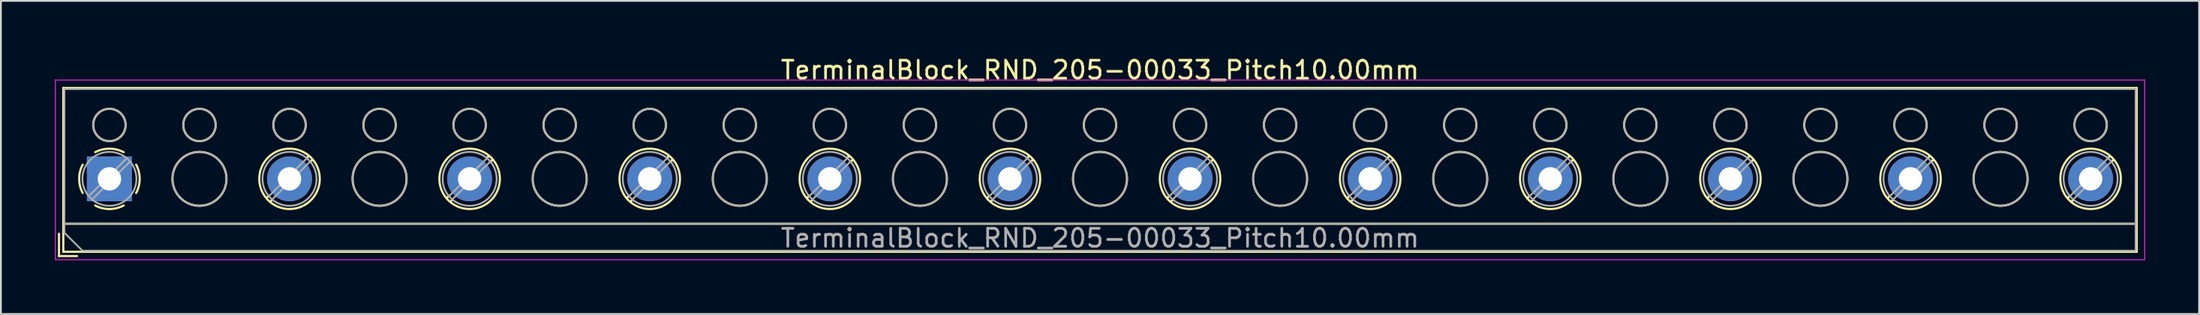
<source format=kicad_pcb>
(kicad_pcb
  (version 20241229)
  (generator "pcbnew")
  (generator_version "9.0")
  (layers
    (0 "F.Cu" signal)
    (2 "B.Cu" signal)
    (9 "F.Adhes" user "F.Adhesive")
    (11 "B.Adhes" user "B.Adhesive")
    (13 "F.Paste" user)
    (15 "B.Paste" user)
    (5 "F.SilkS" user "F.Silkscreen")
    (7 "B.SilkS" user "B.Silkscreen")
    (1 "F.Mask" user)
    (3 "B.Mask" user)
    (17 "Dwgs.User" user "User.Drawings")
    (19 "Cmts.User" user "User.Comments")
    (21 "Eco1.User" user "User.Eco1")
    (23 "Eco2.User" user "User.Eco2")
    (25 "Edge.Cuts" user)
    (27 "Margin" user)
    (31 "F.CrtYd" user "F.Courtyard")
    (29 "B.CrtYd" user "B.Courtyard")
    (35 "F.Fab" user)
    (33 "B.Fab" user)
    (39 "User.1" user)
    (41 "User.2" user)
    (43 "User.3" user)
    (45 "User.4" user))
  (footprint "TerminalBlock_RND_205-00033_Pitch10.00mm"
    (layer "F.Cu")
    (at 3.025 6.908)
    (property "Reference" "TerminalBlock_RND_205-00033_Pitch10.00mm" (at 55 -6.06 0) (layer "F.SilkS") (effects (font (size 1 1) (thickness 0.15))))
    (attr through_hole)
    (fp_line (start -2.8 3.06) (end -2.8 4.3) (stroke (width 0.12) (type solid)) (layer "F.SilkS"))
    (fp_line (start -2.8 4.3) (end -1.8 4.3) (stroke (width 0.12) (type solid)) (layer "F.SilkS"))
    (fp_line (start -2.56 -5.06) (end -2.56 4.06) (stroke (width 0.12) (type solid)) (layer "F.SilkS"))
    (fp_line (start -2.56 2.5) (end 112.56 2.5) (stroke (width 0.12) (type solid)) (layer "F.SilkS"))
    (fp_line (start -2.56 4.06) (end 112.56 4.06) (stroke (width 0.12) (type solid)) (layer "F.SilkS"))
    (fp_line (start 8.867 0.929) (end 8.726 1.069) (stroke (width 0.12) (type solid)) (layer "F.SilkS"))
    (fp_line (start 9.037 1.169) (end 8.931 1.274) (stroke (width 0.12) (type solid)) (layer "F.SilkS"))
    (fp_line (start 11.07 -1.275) (end 10.964 -1.169) (stroke (width 0.12) (type solid)) (layer "F.SilkS"))
    (fp_line (start 11.275 -1.069) (end 11.134 -0.929) (stroke (width 0.12) (type solid)) (layer "F.SilkS"))
    (fp_line (start 18.867 0.929) (end 18.726 1.069) (stroke (width 0.12) (type solid)) (layer "F.SilkS"))
    (fp_line (start 19.037 1.169) (end 18.931 1.274) (stroke (width 0.12) (type solid)) (layer "F.SilkS"))
    (fp_line (start 21.07 -1.275) (end 20.964 -1.169) (stroke (width 0.12) (type solid)) (layer "F.SilkS"))
    (fp_line (start 21.275 -1.069) (end 21.134 -0.929) (stroke (width 0.12) (type solid)) (layer "F.SilkS"))
    (fp_line (start 28.867 0.929) (end 28.726 1.069) (stroke (width 0.12) (type solid)) (layer "F.SilkS"))
    (fp_line (start 29.037 1.169) (end 28.931 1.274) (stroke (width 0.12) (type solid)) (layer "F.SilkS"))
    (fp_line (start 31.07 -1.275) (end 30.964 -1.169) (stroke (width 0.12) (type solid)) (layer "F.SilkS"))
    (fp_line (start 31.275 -1.069) (end 31.134 -0.929) (stroke (width 0.12) (type solid)) (layer "F.SilkS"))
    (fp_line (start 38.867 0.929) (end 38.726 1.069) (stroke (width 0.12) (type solid)) (layer "F.SilkS"))
    (fp_line (start 39.037 1.169) (end 38.931 1.274) (stroke (width 0.12) (type solid)) (layer "F.SilkS"))
    (fp_line (start 41.07 -1.275) (end 40.964 -1.169) (stroke (width 0.12) (type solid)) (layer "F.SilkS"))
    (fp_line (start 41.275 -1.069) (end 41.134 -0.929) (stroke (width 0.12) (type solid)) (layer "F.SilkS"))
    (fp_line (start 48.867 0.929) (end 48.726 1.069) (stroke (width 0.12) (type solid)) (layer "F.SilkS"))
    (fp_line (start 49.037 1.169) (end 48.931 1.274) (stroke (width 0.12) (type solid)) (layer "F.SilkS"))
    (fp_line (start 51.07 -1.275) (end 50.964 -1.169) (stroke (width 0.12) (type solid)) (layer "F.SilkS"))
    (fp_line (start 51.275 -1.069) (end 51.134 -0.929) (stroke (width 0.12) (type solid)) (layer "F.SilkS"))
    (fp_line (start 58.867 0.929) (end 58.726 1.069) (stroke (width 0.12) (type solid)) (layer "F.SilkS"))
    (fp_line (start 59.037 1.169) (end 58.931 1.274) (stroke (width 0.12) (type solid)) (layer "F.SilkS"))
    (fp_line (start 61.07 -1.275) (end 60.964 -1.169) (stroke (width 0.12) (type solid)) (layer "F.SilkS"))
    (fp_line (start 61.275 -1.069) (end 61.134 -0.929) (stroke (width 0.12) (type solid)) (layer "F.SilkS"))
    (fp_line (start 68.867 0.929) (end 68.726 1.069) (stroke (width 0.12) (type solid)) (layer "F.SilkS"))
    (fp_line (start 69.037 1.169) (end 68.931 1.274) (stroke (width 0.12) (type solid)) (layer "F.SilkS"))
    (fp_line (start 71.07 -1.275) (end 70.964 -1.169) (stroke (width 0.12) (type solid)) (layer "F.SilkS"))
    (fp_line (start 71.275 -1.069) (end 71.134 -0.929) (stroke (width 0.12) (type solid)) (layer "F.SilkS"))
    (fp_line (start 78.867 0.929) (end 78.726 1.069) (stroke (width 0.12) (type solid)) (layer "F.SilkS"))
    (fp_line (start 79.037 1.169) (end 78.931 1.274) (stroke (width 0.12) (type solid)) (layer "F.SilkS"))
    (fp_line (start 81.07 -1.275) (end 80.964 -1.169) (stroke (width 0.12) (type solid)) (layer "F.SilkS"))
    (fp_line (start 81.275 -1.069) (end 81.134 -0.929) (stroke (width 0.12) (type solid)) (layer "F.SilkS"))
    (fp_line (start 88.867 0.929) (end 88.726 1.069) (stroke (width 0.12) (type solid)) (layer "F.SilkS"))
    (fp_line (start 89.037 1.169) (end 88.931 1.274) (stroke (width 0.12) (type solid)) (layer "F.SilkS"))
    (fp_line (start 91.07 -1.275) (end 90.964 -1.169) (stroke (width 0.12) (type solid)) (layer "F.SilkS"))
    (fp_line (start 91.275 -1.069) (end 91.134 -0.929) (stroke (width 0.12) (type solid)) (layer "F.SilkS"))
    (fp_line (start 98.867 0.929) (end 98.726 1.069) (stroke (width 0.12) (type solid)) (layer "F.SilkS"))
    (fp_line (start 99.037 1.169) (end 98.931 1.274) (stroke (width 0.12) (type solid)) (layer "F.SilkS"))
    (fp_line (start 101.07 -1.275) (end 100.964 -1.169) (stroke (width 0.12) (type solid)) (layer "F.SilkS"))
    (fp_line (start 101.275 -1.069) (end 101.134 -0.929) (stroke (width 0.12) (type solid)) (layer "F.SilkS"))
    (fp_line (start 108.867 0.929) (end 108.726 1.069) (stroke (width 0.12) (type solid)) (layer "F.SilkS"))
    (fp_line (start 109.037 1.169) (end 108.931 1.274) (stroke (width 0.12) (type solid)) (layer "F.SilkS"))
    (fp_line (start 111.07 -1.275) (end 110.964 -1.169) (stroke (width 0.12) (type solid)) (layer "F.SilkS"))
    (fp_line (start 111.275 -1.069) (end 111.134 -0.929) (stroke (width 0.12) (type solid)) (layer "F.SilkS"))
    (fp_line (start 112.56 -5.06) (end -2.56 -5.06) (stroke (width 0.12) (type solid)) (layer "F.SilkS"))
    (fp_line (start 112.56 4.06) (end 112.56 -5.06) (stroke (width 0.12) (type solid)) (layer "F.SilkS"))
    (fp_arc (start -1.483953 0.789089) (mid -1.680708 0.00005) (end -1.484 -0.789) (stroke (width 0.12) (type solid)) (layer "F.SilkS"))
    (fp_arc (start -0.789089 -1.483953) (mid -0.00005 -1.680708) (end 0.789 -1.484) (stroke (width 0.12) (type solid)) (layer "F.SilkS"))
    (fp_arc (start 0.029383 1.68045) (mid -0.392304 1.634281) (end -0.789 1.484) (stroke (width 0.12) (type solid)) (layer "F.SilkS"))
    (fp_arc (start 0.788712 1.483352) (mid 0.406429 1.630097) (end 0 1.68) (stroke (width 0.12) (type solid)) (layer "F.SilkS"))
    (fp_arc (start 1.483953 -0.789089) (mid 1.680708 -0.00005) (end 1.484 0.789) (stroke (width 0.12) (type solid)) (layer "F.SilkS"))
    (fp_circle (center 0 -3) (end 0.9 -3) (stroke (width 0.12) (type solid)) (fill no) (layer "F.SilkS"))
    (fp_circle (center 5 -3) (end 5.9 -3) (stroke (width 0.12) (type solid)) (fill no) (layer "F.SilkS"))
    (fp_circle (center 5 0) (end 6.5 0) (stroke (width 0.12) (type solid)) (fill no) (layer "F.SilkS"))
    (fp_circle (center 10 -3) (end 10.9 -3) (stroke (width 0.12) (type solid)) (fill no) (layer "F.SilkS"))
    (fp_circle (center 10 0) (end 11.68 0) (stroke (width 0.12) (type solid)) (fill no) (layer "F.SilkS"))
    (fp_circle (center 15 -3) (end 15.9 -3) (stroke (width 0.12) (type solid)) (fill no) (layer "F.SilkS"))
    (fp_circle (center 15 0) (end 16.5 0) (stroke (width 0.12) (type solid)) (fill no) (layer "F.SilkS"))
    (fp_circle (center 20 -3) (end 20.9 -3) (stroke (width 0.12) (type solid)) (fill no) (layer "F.SilkS"))
    (fp_circle (center 20 0) (end 21.68 0) (stroke (width 0.12) (type solid)) (fill no) (layer "F.SilkS"))
    (fp_circle (center 25 -3) (end 25.9 -3) (stroke (width 0.12) (type solid)) (fill no) (layer "F.SilkS"))
    (fp_circle (center 25 0) (end 26.5 0) (stroke (width 0.12) (type solid)) (fill no) (layer "F.SilkS"))
    (fp_circle (center 30 -3) (end 30.9 -3) (stroke (width 0.12) (type solid)) (fill no) (layer "F.SilkS"))
    (fp_circle (center 30 0) (end 31.68 0) (stroke (width 0.12) (type solid)) (fill no) (layer "F.SilkS"))
    (fp_circle (center 35 -3) (end 35.9 -3) (stroke (width 0.12) (type solid)) (fill no) (layer "F.SilkS"))
    (fp_circle (center 35 0) (end 36.5 0) (stroke (width 0.12) (type solid)) (fill no) (layer "F.SilkS"))
    (fp_circle (center 40 -3) (end 40.9 -3) (stroke (width 0.12) (type solid)) (fill no) (layer "F.SilkS"))
    (fp_circle (center 40 0) (end 41.68 0) (stroke (width 0.12) (type solid)) (fill no) (layer "F.SilkS"))
    (fp_circle (center 45 -3) (end 45.9 -3) (stroke (width 0.12) (type solid)) (fill no) (layer "F.SilkS"))
    (fp_circle (center 45 0) (end 46.5 0) (stroke (width 0.12) (type solid)) (fill no) (layer "F.SilkS"))
    (fp_circle (center 50 -3) (end 50.9 -3) (stroke (width 0.12) (type solid)) (fill no) (layer "F.SilkS"))
    (fp_circle (center 50 0) (end 51.68 0) (stroke (width 0.12) (type solid)) (fill no) (layer "F.SilkS"))
    (fp_circle (center 55 -3) (end 55.9 -3) (stroke (width 0.12) (type solid)) (fill no) (layer "F.SilkS"))
    (fp_circle (center 55 0) (end 56.5 0) (stroke (width 0.12) (type solid)) (fill no) (layer "F.SilkS"))
    (fp_circle (center 60 -3) (end 60.9 -3) (stroke (width 0.12) (type solid)) (fill no) (layer "F.SilkS"))
    (fp_circle (center 60 0) (end 61.68 0) (stroke (width 0.12) (type solid)) (fill no) (layer "F.SilkS"))
    (fp_circle (center 65 -3) (end 65.9 -3) (stroke (width 0.12) (type solid)) (fill no) (layer "F.SilkS"))
    (fp_circle (center 65 0) (end 66.5 0) (stroke (width 0.12) (type solid)) (fill no) (layer "F.SilkS"))
    (fp_circle (center 70 -3) (end 70.9 -3) (stroke (width 0.12) (type solid)) (fill no) (layer "F.SilkS"))
    (fp_circle (center 70 0) (end 71.68 0) (stroke (width 0.12) (type solid)) (fill no) (layer "F.SilkS"))
    (fp_circle (center 75 -3) (end 75.9 -3) (stroke (width 0.12) (type solid)) (fill no) (layer "F.SilkS"))
    (fp_circle (center 75 0) (end 76.5 0) (stroke (width 0.12) (type solid)) (fill no) (layer "F.SilkS"))
    (fp_circle (center 80 -3) (end 80.9 -3) (stroke (width 0.12) (type solid)) (fill no) (layer "F.SilkS"))
    (fp_circle (center 80 0) (end 81.68 0) (stroke (width 0.12) (type solid)) (fill no) (layer "F.SilkS"))
    (fp_circle (center 85 -3) (end 85.9 -3) (stroke (width 0.12) (type solid)) (fill no) (layer "F.SilkS"))
    (fp_circle (center 85 0) (end 86.5 0) (stroke (width 0.12) (type solid)) (fill no) (layer "F.SilkS"))
    (fp_circle (center 90 -3) (end 90.9 -3) (stroke (width 0.12) (type solid)) (fill no) (layer "F.SilkS"))
    (fp_circle (center 90 0) (end 91.68 0) (stroke (width 0.12) (type solid)) (fill no) (layer "F.SilkS"))
    (fp_circle (center 95 -3) (end 95.9 -3) (stroke (width 0.12) (type solid)) (fill no) (layer "F.SilkS"))
    (fp_circle (center 95 0) (end 96.5 0) (stroke (width 0.12) (type solid)) (fill no) (layer "F.SilkS"))
    (fp_circle (center 100 -3) (end 100.9 -3) (stroke (width 0.12) (type solid)) (fill no) (layer "F.SilkS"))
    (fp_circle (center 100 0) (end 101.68 0) (stroke (width 0.12) (type solid)) (fill no) (layer "F.SilkS"))
    (fp_circle (center 105 -3) (end 105.9 -3) (stroke (width 0.12) (type solid)) (fill no) (layer "F.SilkS"))
    (fp_circle (center 105 0) (end 106.5 0) (stroke (width 0.12) (type solid)) (fill no) (layer "F.SilkS"))
    (fp_circle (center 110 -3) (end 110.9 -3) (stroke (width 0.12) (type solid)) (fill no) (layer "F.SilkS"))
    (fp_circle (center 110 0) (end 111.68 0) (stroke (width 0.12) (type solid)) (fill no) (layer "F.SilkS"))
    (fp_line (start -3 -5.5) (end -3 4.5) (stroke (width 0.05) (type solid)) (layer "F.CrtYd"))
    (fp_line (start -3 4.5) (end 113 4.5) (stroke (width 0.05) (type solid)) (layer "F.CrtYd"))
    (fp_line (start 113 -5.5) (end -3 -5.5) (stroke (width 0.05) (type solid)) (layer "F.CrtYd"))
    (fp_line (start 113 4.5) (end 113 -5.5) (stroke (width 0.05) (type solid)) (layer "F.CrtYd"))
    (fp_line (start -2.5 -5) (end 112.5 -5) (stroke (width 0.1) (type solid)) (layer "F.Fab"))
    (fp_line (start -2.5 2.5) (end 112.5 2.5) (stroke (width 0.1) (type solid)) (layer "F.Fab"))
    (fp_line (start -2.5 3) (end -2.5 -5) (stroke (width 0.1) (type solid)) (layer "F.Fab"))
    (fp_line (start -1.5 4) (end -2.5 3) (stroke (width 0.1) (type solid)) (layer "F.Fab"))
    (fp_line (start 0.955 -1.138) (end -1.138 0.955) (stroke (width 0.1) (type solid)) (layer "F.Fab"))
    (fp_line (start 1.138 -0.955) (end -0.955 1.138) (stroke (width 0.1) (type solid)) (layer "F.Fab"))
    (fp_line (start 10.955 -1.138) (end 8.863 0.955) (stroke (width 0.1) (type solid)) (layer "F.Fab"))
    (fp_line (start 11.138 -0.955) (end 9.046 1.138) (stroke (width 0.1) (type solid)) (layer "F.Fab"))
    (fp_line (start 20.955 -1.138) (end 18.863 0.955) (stroke (width 0.1) (type solid)) (layer "F.Fab"))
    (fp_line (start 21.138 -0.955) (end 19.046 1.138) (stroke (width 0.1) (type solid)) (layer "F.Fab"))
    (fp_line (start 30.955 -1.138) (end 28.863 0.955) (stroke (width 0.1) (type solid)) (layer "F.Fab"))
    (fp_line (start 31.138 -0.955) (end 29.046 1.138) (stroke (width 0.1) (type solid)) (layer "F.Fab"))
    (fp_line (start 40.955 -1.138) (end 38.863 0.955) (stroke (width 0.1) (type solid)) (layer "F.Fab"))
    (fp_line (start 41.138 -0.955) (end 39.046 1.138) (stroke (width 0.1) (type solid)) (layer "F.Fab"))
    (fp_line (start 50.955 -1.138) (end 48.863 0.955) (stroke (width 0.1) (type solid)) (layer "F.Fab"))
    (fp_line (start 51.138 -0.955) (end 49.046 1.138) (stroke (width 0.1) (type solid)) (layer "F.Fab"))
    (fp_line (start 60.955 -1.138) (end 58.863 0.955) (stroke (width 0.1) (type solid)) (layer "F.Fab"))
    (fp_line (start 61.138 -0.955) (end 59.046 1.138) (stroke (width 0.1) (type solid)) (layer "F.Fab"))
    (fp_line (start 70.955 -1.138) (end 68.863 0.955) (stroke (width 0.1) (type solid)) (layer "F.Fab"))
    (fp_line (start 71.138 -0.955) (end 69.046 1.138) (stroke (width 0.1) (type solid)) (layer "F.Fab"))
    (fp_line (start 80.955 -1.138) (end 78.863 0.955) (stroke (width 0.1) (type solid)) (layer "F.Fab"))
    (fp_line (start 81.138 -0.955) (end 79.046 1.138) (stroke (width 0.1) (type solid)) (layer "F.Fab"))
    (fp_line (start 90.955 -1.138) (end 88.863 0.955) (stroke (width 0.1) (type solid)) (layer "F.Fab"))
    (fp_line (start 91.138 -0.955) (end 89.046 1.138) (stroke (width 0.1) (type solid)) (layer "F.Fab"))
    (fp_line (start 100.955 -1.138) (end 98.863 0.955) (stroke (width 0.1) (type solid)) (layer "F.Fab"))
    (fp_line (start 101.138 -0.955) (end 99.046 1.138) (stroke (width 0.1) (type solid)) (layer "F.Fab"))
    (fp_line (start 110.955 -1.138) (end 108.863 0.955) (stroke (width 0.1) (type solid)) (layer "F.Fab"))
    (fp_line (start 111.138 -0.955) (end 109.046 1.138) (stroke (width 0.1) (type solid)) (layer "F.Fab"))
    (fp_line (start 112.5 -5) (end 112.5 4) (stroke (width 0.1) (type solid)) (layer "F.Fab"))
    (fp_line (start 112.5 4) (end -1.5 4) (stroke (width 0.1) (type solid)) (layer "F.Fab"))
    (fp_circle (center 0 -3) (end 0.9 -3) (stroke (width 0.1) (type solid)) (fill no) (layer "F.Fab"))
    (fp_circle (center 0 0) (end 1.5 0) (stroke (width 0.1) (type solid)) (fill no) (layer "F.Fab"))
    (fp_circle (center 5 -3) (end 5.9 -3) (stroke (width 0.1) (type solid)) (fill no) (layer "F.Fab"))
    (fp_circle (center 5 0) (end 6.5 0) (stroke (width 0.1) (type solid)) (fill no) (layer "F.Fab"))
    (fp_circle (center 10 -3) (end 10.9 -3) (stroke (width 0.1) (type solid)) (fill no) (layer "F.Fab"))
    (fp_circle (center 10 0) (end 11.5 0) (stroke (width 0.1) (type solid)) (fill no) (layer "F.Fab"))
    (fp_circle (center 15 -3) (end 15.9 -3) (stroke (width 0.1) (type solid)) (fill no) (layer "F.Fab"))
    (fp_circle (center 15 0) (end 16.5 0) (stroke (width 0.1) (type solid)) (fill no) (layer "F.Fab"))
    (fp_circle (center 20 -3) (end 20.9 -3) (stroke (width 0.1) (type solid)) (fill no) (layer "F.Fab"))
    (fp_circle (center 20 0) (end 21.5 0) (stroke (width 0.1) (type solid)) (fill no) (layer "F.Fab"))
    (fp_circle (center 25 -3) (end 25.9 -3) (stroke (width 0.1) (type solid)) (fill no) (layer "F.Fab"))
    (fp_circle (center 25 0) (end 26.5 0) (stroke (width 0.1) (type solid)) (fill no) (layer "F.Fab"))
    (fp_circle (center 30 -3) (end 30.9 -3) (stroke (width 0.1) (type solid)) (fill no) (layer "F.Fab"))
    (fp_circle (center 30 0) (end 31.5 0) (stroke (width 0.1) (type solid)) (fill no) (layer "F.Fab"))
    (fp_circle (center 35 -3) (end 35.9 -3) (stroke (width 0.1) (type solid)) (fill no) (layer "F.Fab"))
    (fp_circle (center 35 0) (end 36.5 0) (stroke (width 0.1) (type solid)) (fill no) (layer "F.Fab"))
    (fp_circle (center 40 -3) (end 40.9 -3) (stroke (width 0.1) (type solid)) (fill no) (layer "F.Fab"))
    (fp_circle (center 40 0) (end 41.5 0) (stroke (width 0.1) (type solid)) (fill no) (layer "F.Fab"))
    (fp_circle (center 45 -3) (end 45.9 -3) (stroke (width 0.1) (type solid)) (fill no) (layer "F.Fab"))
    (fp_circle (center 45 0) (end 46.5 0) (stroke (width 0.1) (type solid)) (fill no) (layer "F.Fab"))
    (fp_circle (center 50 -3) (end 50.9 -3) (stroke (width 0.1) (type solid)) (fill no) (layer "F.Fab"))
    (fp_circle (center 50 0) (end 51.5 0) (stroke (width 0.1) (type solid)) (fill no) (layer "F.Fab"))
    (fp_circle (center 55 -3) (end 55.9 -3) (stroke (width 0.1) (type solid)) (fill no) (layer "F.Fab"))
    (fp_circle (center 55 0) (end 56.5 0) (stroke (width 0.1) (type solid)) (fill no) (layer "F.Fab"))
    (fp_circle (center 60 -3) (end 60.9 -3) (stroke (width 0.1) (type solid)) (fill no) (layer "F.Fab"))
    (fp_circle (center 60 0) (end 61.5 0) (stroke (width 0.1) (type solid)) (fill no) (layer "F.Fab"))
    (fp_circle (center 65 -3) (end 65.9 -3) (stroke (width 0.1) (type solid)) (fill no) (layer "F.Fab"))
    (fp_circle (center 65 0) (end 66.5 0) (stroke (width 0.1) (type solid)) (fill no) (layer "F.Fab"))
    (fp_circle (center 70 -3) (end 70.9 -3) (stroke (width 0.1) (type solid)) (fill no) (layer "F.Fab"))
    (fp_circle (center 70 0) (end 71.5 0) (stroke (width 0.1) (type solid)) (fill no) (layer "F.Fab"))
    (fp_circle (center 75 -3) (end 75.9 -3) (stroke (width 0.1) (type solid)) (fill no) (layer "F.Fab"))
    (fp_circle (center 75 0) (end 76.5 0) (stroke (width 0.1) (type solid)) (fill no) (layer "F.Fab"))
    (fp_circle (center 80 -3) (end 80.9 -3) (stroke (width 0.1) (type solid)) (fill no) (layer "F.Fab"))
    (fp_circle (center 80 0) (end 81.5 0) (stroke (width 0.1) (type solid)) (fill no) (layer "F.Fab"))
    (fp_circle (center 85 -3) (end 85.9 -3) (stroke (width 0.1) (type solid)) (fill no) (layer "F.Fab"))
    (fp_circle (center 85 0) (end 86.5 0) (stroke (width 0.1) (type solid)) (fill no) (layer "F.Fab"))
    (fp_circle (center 90 -3) (end 90.9 -3) (stroke (width 0.1) (type solid)) (fill no) (layer "F.Fab"))
    (fp_circle (center 90 0) (end 91.5 0) (stroke (width 0.1) (type solid)) (fill no) (layer "F.Fab"))
    (fp_circle (center 95 -3) (end 95.9 -3) (stroke (width 0.1) (type solid)) (fill no) (layer "F.Fab"))
    (fp_circle (center 95 0) (end 96.5 0) (stroke (width 0.1) (type solid)) (fill no) (layer "F.Fab"))
    (fp_circle (center 100 -3) (end 100.9 -3) (stroke (width 0.1) (type solid)) (fill no) (layer "F.Fab"))
    (fp_circle (center 100 0) (end 101.5 0) (stroke (width 0.1) (type solid)) (fill no) (layer "F.Fab"))
    (fp_circle (center 105 -3) (end 105.9 -3) (stroke (width 0.1) (type solid)) (fill no) (layer "F.Fab"))
    (fp_circle (center 105 0) (end 106.5 0) (stroke (width 0.1) (type solid)) (fill no) (layer "F.Fab"))
    (fp_circle (center 110 -3) (end 110.9 -3) (stroke (width 0.1) (type solid)) (fill no) (layer "F.Fab"))
    (fp_circle (center 110 0) (end 111.5 0) (stroke (width 0.1) (type solid)) (fill no) (layer "F.Fab"))
    (fp_text user "${REFERENCE}" (at 55 3.3 0) (layer "F.Fab") (effects (font (size 1 1) (thickness 0.15))))
    (pad "1" thru_hole rect (at 0 0) (size 2.5 2.5) (drill 1.3) (layers "*.Cu" "*.Mask"))
    (pad "2" thru_hole oval (at 10 0) (size 2.5 2.5) (drill 1.3) (layers "*.Cu" "*.Mask"))
    (pad "3" thru_hole oval (at 20 0) (size 2.5 2.5) (drill 1.3) (layers "*.Cu" "*.Mask"))
    (pad "4" thru_hole oval (at 30 0) (size 2.5 2.5) (drill 1.3) (layers "*.Cu" "*.Mask"))
    (pad "5" thru_hole oval (at 40 0) (size 2.5 2.5) (drill 1.3) (layers "*.Cu" "*.Mask"))
    (pad "6" thru_hole oval (at 50 0) (size 2.5 2.5) (drill 1.3) (layers "*.Cu" "*.Mask"))
    (pad "7" thru_hole oval (at 60 0) (size 2.5 2.5) (drill 1.3) (layers "*.Cu" "*.Mask"))
    (pad "8" thru_hole oval (at 70 0) (size 2.5 2.5) (drill 1.3) (layers "*.Cu" "*.Mask"))
    (pad "9" thru_hole oval (at 80 0) (size 2.5 2.5) (drill 1.3) (layers "*.Cu" "*.Mask"))
    (pad "10" thru_hole oval (at 90 0) (size 2.5 2.5) (drill 1.3) (layers "*.Cu" "*.Mask"))
    (pad "11" thru_hole oval (at 100 0) (size 2.5 2.5) (drill 1.3) (layers "*.Cu" "*.Mask"))
    (pad "12" thru_hole oval (at 110 0) (size 2.5 2.5) (drill 1.3) (layers "*.Cu" "*.Mask")))
  (gr_rect
    (start -3 -3)
    (end 119.05 14.433)
    (stroke (width 0.1) (type default))
    (fill no)
    (layer "Edge.Cuts")))
</source>
